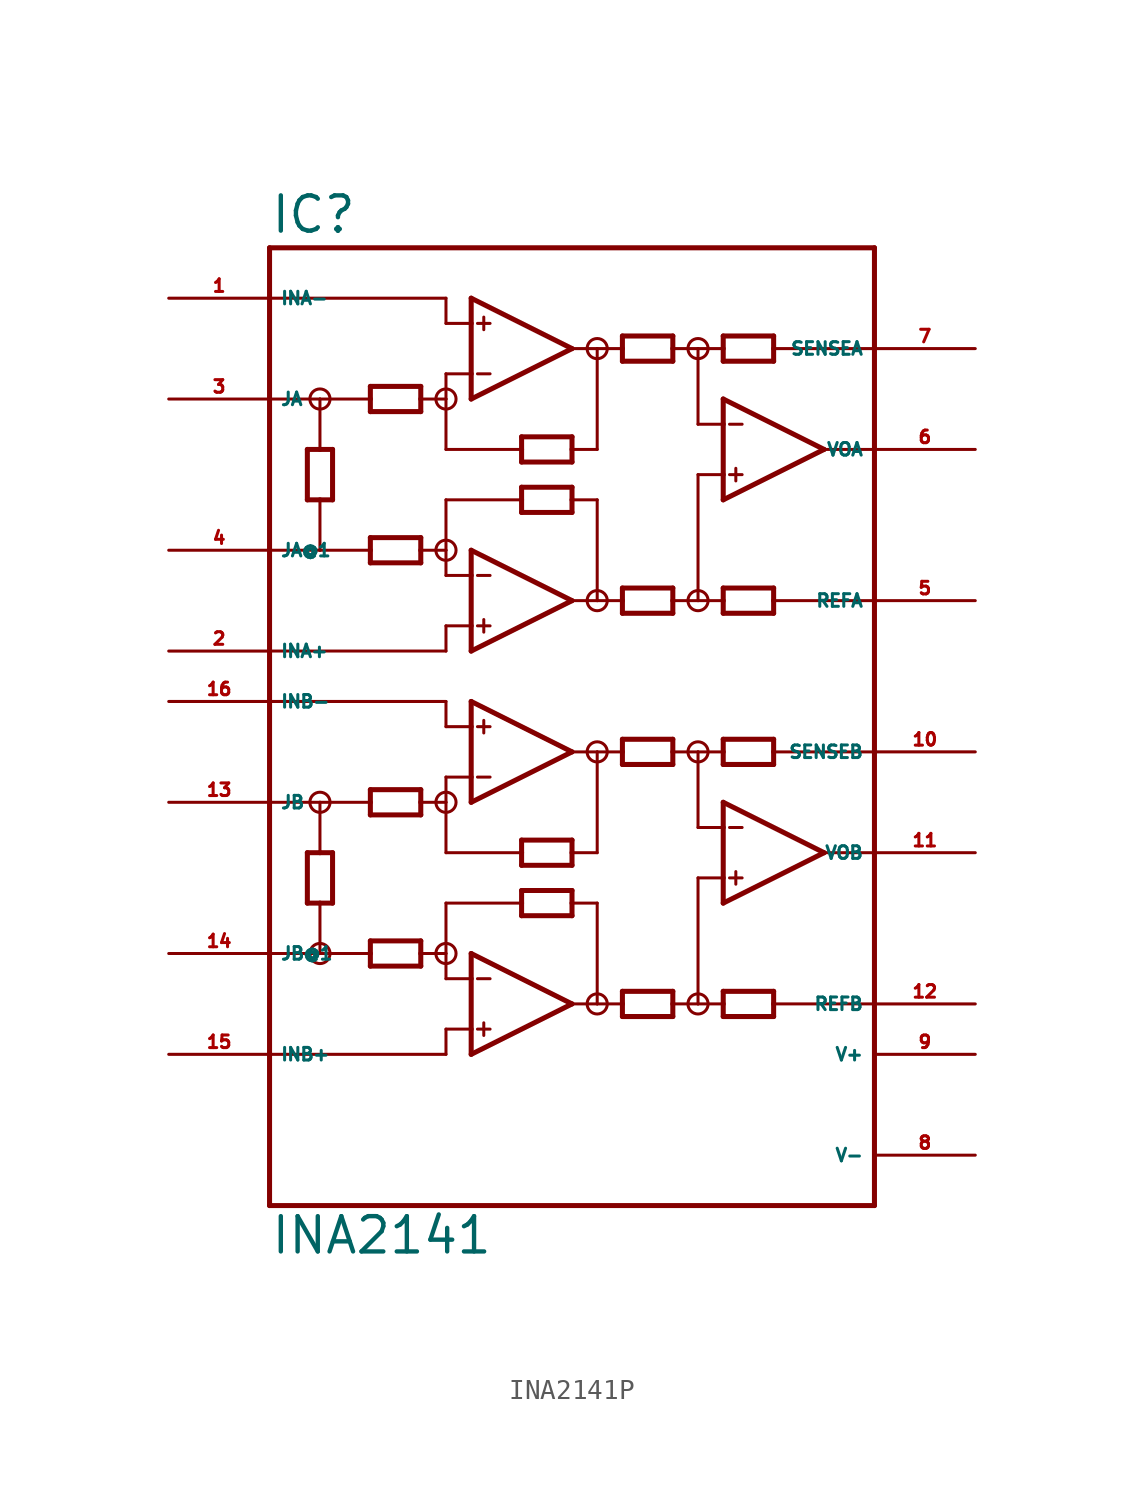
<source format=kicad_sym>
(kicad_symbol_lib
  (version 20220914)
  (generator Eagle2Kicad)
  (symbol "INA2141P"
    (property "Reference" "IC"
      (at -17.78 23.495 0)
      (effects (font (size 1.778 1.778) (thickness 0.22)) (justify left bottom)))
    (property "Value" "INA2141"
      (at -17.78 -27.94 0)
      (effects (font (size 1.778 1.778) (thickness 0.22)) (justify left bottom)))
    (polyline
      (pts (xy -7.62 15.24) (xy -7.62 16.51))
      (stroke (width 0.254) (type default))
      (fill (type none)))
    (polyline
      (pts (xy -7.62 16.51) (xy -7.62 19.05))
      (stroke (width 0.254) (type default))
      (fill (type none)))
    (polyline
      (pts (xy -7.62 19.05) (xy -7.62 20.32))
      (stroke (width 0.254) (type default))
      (fill (type none)))
    (polyline
      (pts (xy -7.62 20.32) (xy -2.54 17.78))
      (stroke (width 0.254) (type default))
      (fill (type none)))
    (polyline
      (pts (xy -2.54 17.78) (xy -7.62 15.24))
      (stroke (width 0.254) (type default))
      (fill (type none)))
    (polyline
      (pts (xy -2.54 12.065) (xy -2.54 12.7))
      (stroke (width 0.254) (type default))
      (fill (type none)))
    (polyline
      (pts (xy -2.54 12.7) (xy -2.54 13.335))
      (stroke (width 0.254) (type default))
      (fill (type none)))
    (polyline
      (pts (xy -2.54 13.335) (xy -5.08 13.335))
      (stroke (width 0.254) (type default))
      (fill (type none)))
    (polyline
      (pts (xy -5.08 13.335) (xy -5.08 12.7))
      (stroke (width 0.254) (type default))
      (fill (type none)))
    (polyline
      (pts (xy -5.08 12.7) (xy -5.08 12.065))
      (stroke (width 0.254) (type default))
      (fill (type none)))
    (polyline
      (pts (xy -5.08 12.065) (xy -2.54 12.065))
      (stroke (width 0.254) (type default))
      (fill (type none)))
    (polyline
      (pts (xy 0 17.145) (xy 0 17.78))
      (stroke (width 0.254) (type default))
      (fill (type none)))
    (polyline
      (pts (xy 0 17.78) (xy 0 18.415))
      (stroke (width 0.254) (type default))
      (fill (type none)))
    (polyline
      (pts (xy 0 18.415) (xy 2.54 18.415))
      (stroke (width 0.254) (type default))
      (fill (type none)))
    (polyline
      (pts (xy 2.54 18.415) (xy 2.54 17.78))
      (stroke (width 0.254) (type default))
      (fill (type none)))
    (polyline
      (pts (xy 2.54 17.78) (xy 2.54 17.145))
      (stroke (width 0.254) (type default))
      (fill (type none)))
    (polyline
      (pts (xy 2.54 17.145) (xy 0 17.145))
      (stroke (width 0.254) (type default))
      (fill (type none)))
    (polyline
      (pts (xy -7.62 19.05) (xy -8.89 19.05))
      (stroke (width 0.152) (type default))
      (fill (type none)))
    (polyline
      (pts (xy 7.62 18.415) (xy 7.62 17.78))
      (stroke (width 0.254) (type default))
      (fill (type none)))
    (polyline
      (pts (xy 7.62 17.78) (xy 7.62 17.145))
      (stroke (width 0.254) (type default))
      (fill (type none)))
    (polyline
      (pts (xy 7.62 17.145) (xy 5.08 17.145))
      (stroke (width 0.254) (type default))
      (fill (type none)))
    (polyline
      (pts (xy 5.08 17.145) (xy 5.08 17.78))
      (stroke (width 0.254) (type default))
      (fill (type none)))
    (polyline
      (pts (xy 5.08 17.78) (xy 5.08 18.415))
      (stroke (width 0.254) (type default))
      (fill (type none)))
    (polyline
      (pts (xy 5.08 18.415) (xy 7.62 18.415))
      (stroke (width 0.254) (type default))
      (fill (type none)))
    (polyline
      (pts (xy 5.08 5.715) (xy 5.08 5.08))
      (stroke (width 0.254) (type default))
      (fill (type none)))
    (polyline
      (pts (xy 5.08 5.08) (xy 5.08 4.445))
      (stroke (width 0.254) (type default))
      (fill (type none)))
    (polyline
      (pts (xy 5.08 4.445) (xy 7.62 4.445))
      (stroke (width 0.254) (type default))
      (fill (type none)))
    (polyline
      (pts (xy 7.62 4.445) (xy 7.62 5.08))
      (stroke (width 0.254) (type default))
      (fill (type none)))
    (polyline
      (pts (xy 7.62 5.08) (xy 7.62 5.715))
      (stroke (width 0.254) (type default))
      (fill (type none)))
    (polyline
      (pts (xy 7.62 5.715) (xy 5.08 5.715))
      (stroke (width 0.254) (type default))
      (fill (type none)))
    (polyline
      (pts (xy -7.62 16.51) (xy -8.89 16.51))
      (stroke (width 0.152) (type default))
      (fill (type none)))
    (polyline
      (pts (xy -7.303 19.05) (xy -6.668 19.05))
      (stroke (width 0.152) (type default))
      (fill (type none)))
    (polyline
      (pts (xy -7.303 16.51) (xy -6.668 16.51))
      (stroke (width 0.152) (type default))
      (fill (type none)))
    (polyline
      (pts (xy -6.985 19.367) (xy -6.985 18.733))
      (stroke (width 0.152) (type default))
      (fill (type none)))
    (polyline
      (pts (xy -7.62 2.54) (xy -7.62 3.81))
      (stroke (width 0.254) (type default))
      (fill (type none)))
    (polyline
      (pts (xy -7.62 3.81) (xy -7.62 6.35))
      (stroke (width 0.254) (type default))
      (fill (type none)))
    (polyline
      (pts (xy -7.62 6.35) (xy -7.62 7.62))
      (stroke (width 0.254) (type default))
      (fill (type none)))
    (polyline
      (pts (xy -7.62 7.62) (xy -2.54 5.08))
      (stroke (width 0.254) (type default))
      (fill (type none)))
    (polyline
      (pts (xy -2.54 5.08) (xy -7.62 2.54))
      (stroke (width 0.254) (type default))
      (fill (type none)))
    (polyline
      (pts (xy 2.54 4.445) (xy 2.54 5.08))
      (stroke (width 0.254) (type default))
      (fill (type none)))
    (polyline
      (pts (xy 2.54 5.08) (xy 2.54 5.715))
      (stroke (width 0.254) (type default))
      (fill (type none)))
    (polyline
      (pts (xy 2.54 5.715) (xy 0 5.715))
      (stroke (width 0.254) (type default))
      (fill (type none)))
    (polyline
      (pts (xy 0 5.715) (xy 0 5.08))
      (stroke (width 0.254) (type default))
      (fill (type none)))
    (polyline
      (pts (xy 0 5.08) (xy 0 4.445))
      (stroke (width 0.254) (type default))
      (fill (type none)))
    (polyline
      (pts (xy 0 4.445) (xy 2.54 4.445))
      (stroke (width 0.254) (type default))
      (fill (type none)))
    (polyline
      (pts (xy -5.08 9.525) (xy -5.08 10.16))
      (stroke (width 0.254) (type default))
      (fill (type none)))
    (polyline
      (pts (xy -5.08 10.16) (xy -5.08 10.795))
      (stroke (width 0.254) (type default))
      (fill (type none)))
    (polyline
      (pts (xy -5.08 10.795) (xy -2.54 10.795))
      (stroke (width 0.254) (type default))
      (fill (type none)))
    (polyline
      (pts (xy -2.54 10.795) (xy -2.54 10.16))
      (stroke (width 0.254) (type default))
      (fill (type none)))
    (polyline
      (pts (xy -2.54 10.16) (xy -2.54 9.525))
      (stroke (width 0.254) (type default))
      (fill (type none)))
    (polyline
      (pts (xy -2.54 9.525) (xy -5.08 9.525))
      (stroke (width 0.254) (type default))
      (fill (type none)))
    (polyline
      (pts (xy -7.62 6.35) (xy -8.89 6.35))
      (stroke (width 0.152) (type default))
      (fill (type none)))
    (polyline
      (pts (xy -7.62 3.81) (xy -8.89 3.81))
      (stroke (width 0.152) (type default))
      (fill (type none)))
    (polyline
      (pts (xy -7.303 6.35) (xy -6.668 6.35))
      (stroke (width 0.152) (type default))
      (fill (type none)))
    (polyline
      (pts (xy -7.303 3.81) (xy -6.668 3.81))
      (stroke (width 0.152) (type default))
      (fill (type none)))
    (polyline
      (pts (xy -6.985 4.128) (xy -6.985 3.493))
      (stroke (width 0.152) (type default))
      (fill (type none)))
    (polyline
      (pts (xy -8.89 19.05) (xy -8.89 20.32))
      (stroke (width 0.152) (type default))
      (fill (type none)))
    (polyline
      (pts (xy -8.89 20.32) (xy -17.78 20.32))
      (stroke (width 0.152) (type default))
      (fill (type none)))
    (polyline
      (pts (xy 5.08 10.16) (xy 5.08 11.43))
      (stroke (width 0.254) (type default))
      (fill (type none)))
    (polyline
      (pts (xy 5.08 11.43) (xy 5.08 13.97))
      (stroke (width 0.254) (type default))
      (fill (type none)))
    (polyline
      (pts (xy 5.08 13.97) (xy 5.08 15.24))
      (stroke (width 0.254) (type default))
      (fill (type none)))
    (polyline
      (pts (xy 5.08 15.24) (xy 10.16 12.7))
      (stroke (width 0.254) (type default))
      (fill (type none)))
    (polyline
      (pts (xy 10.16 12.7) (xy 5.08 10.16))
      (stroke (width 0.254) (type default))
      (fill (type none)))
    (polyline
      (pts (xy 5.08 11.43) (xy 3.81 11.43))
      (stroke (width 0.152) (type default))
      (fill (type none)))
    (polyline
      (pts (xy 5.397 13.97) (xy 6.032 13.97))
      (stroke (width 0.152) (type default))
      (fill (type none)))
    (polyline
      (pts (xy 5.397 11.43) (xy 6.032 11.43))
      (stroke (width 0.152) (type default))
      (fill (type none)))
    (polyline
      (pts (xy 5.715 11.748) (xy 5.715 11.113))
      (stroke (width 0.152) (type default))
      (fill (type none)))
    (polyline
      (pts (xy -2.54 17.78) (xy -1.27 17.78))
      (stroke (width 0.152) (type default))
      (fill (type none)))
    (polyline
      (pts (xy -1.27 17.78) (xy 0 17.78))
      (stroke (width 0.152) (type default))
      (fill (type none)))
    (polyline
      (pts (xy 2.54 17.78) (xy 3.81 17.78))
      (stroke (width 0.152) (type default))
      (fill (type none)))
    (polyline
      (pts (xy 3.81 17.78) (xy 5.08 17.78))
      (stroke (width 0.152) (type default))
      (fill (type none)))
    (polyline
      (pts (xy 10.16 12.7) (xy 12.7 12.7))
      (stroke (width 0.152) (type default))
      (fill (type none)))
    (polyline
      (pts (xy -8.89 16.51) (xy -8.89 15.24))
      (stroke (width 0.152) (type default))
      (fill (type none)))
    (polyline
      (pts (xy -8.89 15.24) (xy -8.89 12.7))
      (stroke (width 0.152) (type default))
      (fill (type none)))
    (polyline
      (pts (xy -8.89 12.7) (xy -5.08 12.7))
      (stroke (width 0.152) (type default))
      (fill (type none)))
    (polyline
      (pts (xy -1.27 17.78) (xy -1.27 12.7))
      (stroke (width 0.152) (type default))
      (fill (type none)))
    (polyline
      (pts (xy -1.27 12.7) (xy -2.54 12.7))
      (stroke (width 0.152) (type default))
      (fill (type none)))
    (polyline
      (pts (xy 3.81 17.78) (xy 3.81 13.97))
      (stroke (width 0.152) (type default))
      (fill (type none)))
    (polyline
      (pts (xy 3.81 13.97) (xy 5.08 13.97))
      (stroke (width 0.152) (type default))
      (fill (type none)))
    (polyline
      (pts (xy -5.08 10.16) (xy -8.89 10.16))
      (stroke (width 0.152) (type default))
      (fill (type none)))
    (polyline
      (pts (xy -8.89 10.16) (xy -8.89 7.62))
      (stroke (width 0.152) (type default))
      (fill (type none)))
    (polyline
      (pts (xy -8.89 7.62) (xy -8.89 6.35))
      (stroke (width 0.152) (type default))
      (fill (type none)))
    (polyline
      (pts (xy -2.54 10.16) (xy -1.27 10.16))
      (stroke (width 0.152) (type default))
      (fill (type none)))
    (polyline
      (pts (xy -1.27 10.16) (xy -1.27 5.08))
      (stroke (width 0.152) (type default))
      (fill (type none)))
    (polyline
      (pts (xy -1.27 5.08) (xy -2.54 5.08))
      (stroke (width 0.152) (type default))
      (fill (type none)))
    (polyline
      (pts (xy -1.27 5.08) (xy 0 5.08))
      (stroke (width 0.152) (type default))
      (fill (type none)))
    (polyline
      (pts (xy 2.54 5.08) (xy 3.81 5.08))
      (stroke (width 0.152) (type default))
      (fill (type none)))
    (polyline
      (pts (xy 3.81 5.08) (xy 5.08 5.08))
      (stroke (width 0.152) (type default))
      (fill (type none)))
    (polyline
      (pts (xy -8.89 3.81) (xy -8.89 2.54))
      (stroke (width 0.152) (type default))
      (fill (type none)))
    (polyline
      (pts (xy -8.89 2.54) (xy -17.78 2.54))
      (stroke (width 0.152) (type default))
      (fill (type none)))
    (polyline
      (pts (xy 3.81 11.43) (xy 3.81 5.08))
      (stroke (width 0.152) (type default))
      (fill (type none)))
    (polyline
      (pts (xy 7.62 5.08) (xy 12.7 5.08))
      (stroke (width 0.152) (type default))
      (fill (type none)))
    (polyline
      (pts (xy -10.16 14.605) (xy -10.16 15.24))
      (stroke (width 0.254) (type default))
      (fill (type none)))
    (polyline
      (pts (xy -10.16 15.24) (xy -10.16 15.875))
      (stroke (width 0.254) (type default))
      (fill (type none)))
    (polyline
      (pts (xy -10.16 15.875) (xy -12.7 15.875))
      (stroke (width 0.254) (type default))
      (fill (type none)))
    (polyline
      (pts (xy -12.7 15.875) (xy -12.7 15.24))
      (stroke (width 0.254) (type default))
      (fill (type none)))
    (polyline
      (pts (xy -12.7 15.24) (xy -12.7 14.605))
      (stroke (width 0.254) (type default))
      (fill (type none)))
    (polyline
      (pts (xy -12.7 14.605) (xy -10.16 14.605))
      (stroke (width 0.254) (type default))
      (fill (type none)))
    (polyline
      (pts (xy -10.16 6.985) (xy -10.16 7.62))
      (stroke (width 0.254) (type default))
      (fill (type none)))
    (polyline
      (pts (xy -10.16 7.62) (xy -10.16 8.255))
      (stroke (width 0.254) (type default))
      (fill (type none)))
    (polyline
      (pts (xy -10.16 8.255) (xy -12.7 8.255))
      (stroke (width 0.254) (type default))
      (fill (type none)))
    (polyline
      (pts (xy -12.7 8.255) (xy -12.7 7.62))
      (stroke (width 0.254) (type default))
      (fill (type none)))
    (polyline
      (pts (xy -12.7 7.62) (xy -12.7 6.985))
      (stroke (width 0.254) (type default))
      (fill (type none)))
    (polyline
      (pts (xy -12.7 6.985) (xy -10.16 6.985))
      (stroke (width 0.254) (type default))
      (fill (type none)))
    (polyline
      (pts (xy -8.89 7.62) (xy -10.16 7.62))
      (stroke (width 0.152) (type default))
      (fill (type none)))
    (polyline
      (pts (xy -14.605 12.7) (xy -15.24 12.7))
      (stroke (width 0.254) (type default))
      (fill (type none)))
    (polyline
      (pts (xy -15.24 12.7) (xy -15.875 12.7))
      (stroke (width 0.254) (type default))
      (fill (type none)))
    (polyline
      (pts (xy -15.875 12.7) (xy -15.875 10.16))
      (stroke (width 0.254) (type default))
      (fill (type none)))
    (polyline
      (pts (xy -15.875 10.16) (xy -15.24 10.16))
      (stroke (width 0.254) (type default))
      (fill (type none)))
    (polyline
      (pts (xy -15.24 10.16) (xy -14.605 10.16))
      (stroke (width 0.254) (type default))
      (fill (type none)))
    (polyline
      (pts (xy -14.605 10.16) (xy -14.605 12.7))
      (stroke (width 0.254) (type default))
      (fill (type none)))
    (polyline
      (pts (xy -15.24 7.62) (xy -15.24 10.16))
      (stroke (width 0.152) (type default))
      (fill (type none)))
    (polyline
      (pts (xy -15.24 15.24) (xy -15.24 12.7))
      (stroke (width 0.152) (type default))
      (fill (type none)))
    (polyline
      (pts (xy -17.78 15.24) (xy -15.24 15.24))
      (stroke (width 0.152) (type default))
      (fill (type none)))
    (polyline
      (pts (xy -15.24 15.24) (xy -12.7 15.24))
      (stroke (width 0.152) (type default))
      (fill (type none)))
    (polyline
      (pts (xy -17.78 7.62) (xy -15.24 7.62))
      (stroke (width 0.152) (type default))
      (fill (type none)))
    (polyline
      (pts (xy -15.24 7.62) (xy -12.7 7.62))
      (stroke (width 0.152) (type default))
      (fill (type none)))
    (polyline
      (pts (xy -10.16 15.24) (xy -8.89 15.24))
      (stroke (width 0.152) (type default))
      (fill (type none)))
    (polyline
      (pts (xy -7.62 -5.08) (xy -7.62 -3.81))
      (stroke (width 0.254) (type default))
      (fill (type none)))
    (polyline
      (pts (xy -7.62 -3.81) (xy -7.62 -1.27))
      (stroke (width 0.254) (type default))
      (fill (type none)))
    (polyline
      (pts (xy -7.62 -1.27) (xy -7.62 0))
      (stroke (width 0.254) (type default))
      (fill (type none)))
    (polyline
      (pts (xy -7.62 0) (xy -2.54 -2.54))
      (stroke (width 0.254) (type default))
      (fill (type none)))
    (polyline
      (pts (xy -2.54 -2.54) (xy -7.62 -5.08))
      (stroke (width 0.254) (type default))
      (fill (type none)))
    (polyline
      (pts (xy -2.54 -8.255) (xy -2.54 -7.62))
      (stroke (width 0.254) (type default))
      (fill (type none)))
    (polyline
      (pts (xy -2.54 -7.62) (xy -2.54 -6.985))
      (stroke (width 0.254) (type default))
      (fill (type none)))
    (polyline
      (pts (xy -2.54 -6.985) (xy -5.08 -6.985))
      (stroke (width 0.254) (type default))
      (fill (type none)))
    (polyline
      (pts (xy -5.08 -6.985) (xy -5.08 -7.62))
      (stroke (width 0.254) (type default))
      (fill (type none)))
    (polyline
      (pts (xy -5.08 -7.62) (xy -5.08 -8.255))
      (stroke (width 0.254) (type default))
      (fill (type none)))
    (polyline
      (pts (xy -5.08 -8.255) (xy -2.54 -8.255))
      (stroke (width 0.254) (type default))
      (fill (type none)))
    (polyline
      (pts (xy 0 -3.175) (xy 0 -2.54))
      (stroke (width 0.254) (type default))
      (fill (type none)))
    (polyline
      (pts (xy 0 -2.54) (xy 0 -1.905))
      (stroke (width 0.254) (type default))
      (fill (type none)))
    (polyline
      (pts (xy 0 -1.905) (xy 2.54 -1.905))
      (stroke (width 0.254) (type default))
      (fill (type none)))
    (polyline
      (pts (xy 2.54 -1.905) (xy 2.54 -2.54))
      (stroke (width 0.254) (type default))
      (fill (type none)))
    (polyline
      (pts (xy 2.54 -2.54) (xy 2.54 -3.175))
      (stroke (width 0.254) (type default))
      (fill (type none)))
    (polyline
      (pts (xy 2.54 -3.175) (xy 0 -3.175))
      (stroke (width 0.254) (type default))
      (fill (type none)))
    (polyline
      (pts (xy -7.62 -1.27) (xy -8.89 -1.27))
      (stroke (width 0.152) (type default))
      (fill (type none)))
    (polyline
      (pts (xy 7.62 -1.905) (xy 7.62 -2.54))
      (stroke (width 0.254) (type default))
      (fill (type none)))
    (polyline
      (pts (xy 7.62 -2.54) (xy 7.62 -3.175))
      (stroke (width 0.254) (type default))
      (fill (type none)))
    (polyline
      (pts (xy 7.62 -3.175) (xy 5.08 -3.175))
      (stroke (width 0.254) (type default))
      (fill (type none)))
    (polyline
      (pts (xy 5.08 -3.175) (xy 5.08 -2.54))
      (stroke (width 0.254) (type default))
      (fill (type none)))
    (polyline
      (pts (xy 5.08 -2.54) (xy 5.08 -1.905))
      (stroke (width 0.254) (type default))
      (fill (type none)))
    (polyline
      (pts (xy 5.08 -1.905) (xy 7.62 -1.905))
      (stroke (width 0.254) (type default))
      (fill (type none)))
    (polyline
      (pts (xy 5.08 -14.605) (xy 5.08 -15.24))
      (stroke (width 0.254) (type default))
      (fill (type none)))
    (polyline
      (pts (xy 5.08 -15.24) (xy 5.08 -15.875))
      (stroke (width 0.254) (type default))
      (fill (type none)))
    (polyline
      (pts (xy 5.08 -15.875) (xy 7.62 -15.875))
      (stroke (width 0.254) (type default))
      (fill (type none)))
    (polyline
      (pts (xy 7.62 -15.875) (xy 7.62 -15.24))
      (stroke (width 0.254) (type default))
      (fill (type none)))
    (polyline
      (pts (xy 7.62 -15.24) (xy 7.62 -14.605))
      (stroke (width 0.254) (type default))
      (fill (type none)))
    (polyline
      (pts (xy 7.62 -14.605) (xy 5.08 -14.605))
      (stroke (width 0.254) (type default))
      (fill (type none)))
    (polyline
      (pts (xy -7.62 -3.81) (xy -8.89 -3.81))
      (stroke (width 0.152) (type default))
      (fill (type none)))
    (polyline
      (pts (xy -7.303 -1.27) (xy -6.668 -1.27))
      (stroke (width 0.152) (type default))
      (fill (type none)))
    (polyline
      (pts (xy -7.303 -3.81) (xy -6.668 -3.81))
      (stroke (width 0.152) (type default))
      (fill (type none)))
    (polyline
      (pts (xy -6.985 -0.953) (xy -6.985 -1.587))
      (stroke (width 0.152) (type default))
      (fill (type none)))
    (polyline
      (pts (xy -7.62 -17.78) (xy -7.62 -16.51))
      (stroke (width 0.254) (type default))
      (fill (type none)))
    (polyline
      (pts (xy -7.62 -16.51) (xy -7.62 -13.97))
      (stroke (width 0.254) (type default))
      (fill (type none)))
    (polyline
      (pts (xy -7.62 -13.97) (xy -7.62 -12.7))
      (stroke (width 0.254) (type default))
      (fill (type none)))
    (polyline
      (pts (xy -7.62 -12.7) (xy -2.54 -15.24))
      (stroke (width 0.254) (type default))
      (fill (type none)))
    (polyline
      (pts (xy -2.54 -15.24) (xy -7.62 -17.78))
      (stroke (width 0.254) (type default))
      (fill (type none)))
    (polyline
      (pts (xy 2.54 -15.875) (xy 2.54 -15.24))
      (stroke (width 0.254) (type default))
      (fill (type none)))
    (polyline
      (pts (xy 2.54 -15.24) (xy 2.54 -14.605))
      (stroke (width 0.254) (type default))
      (fill (type none)))
    (polyline
      (pts (xy 2.54 -14.605) (xy 0 -14.605))
      (stroke (width 0.254) (type default))
      (fill (type none)))
    (polyline
      (pts (xy 0 -14.605) (xy 0 -15.24))
      (stroke (width 0.254) (type default))
      (fill (type none)))
    (polyline
      (pts (xy 0 -15.24) (xy 0 -15.875))
      (stroke (width 0.254) (type default))
      (fill (type none)))
    (polyline
      (pts (xy 0 -15.875) (xy 2.54 -15.875))
      (stroke (width 0.254) (type default))
      (fill (type none)))
    (polyline
      (pts (xy -5.08 -10.795) (xy -5.08 -10.16))
      (stroke (width 0.254) (type default))
      (fill (type none)))
    (polyline
      (pts (xy -5.08 -10.16) (xy -5.08 -9.525))
      (stroke (width 0.254) (type default))
      (fill (type none)))
    (polyline
      (pts (xy -5.08 -9.525) (xy -2.54 -9.525))
      (stroke (width 0.254) (type default))
      (fill (type none)))
    (polyline
      (pts (xy -2.54 -9.525) (xy -2.54 -10.16))
      (stroke (width 0.254) (type default))
      (fill (type none)))
    (polyline
      (pts (xy -2.54 -10.16) (xy -2.54 -10.795))
      (stroke (width 0.254) (type default))
      (fill (type none)))
    (polyline
      (pts (xy -2.54 -10.795) (xy -5.08 -10.795))
      (stroke (width 0.254) (type default))
      (fill (type none)))
    (polyline
      (pts (xy -7.62 -13.97) (xy -8.89 -13.97))
      (stroke (width 0.152) (type default))
      (fill (type none)))
    (polyline
      (pts (xy -7.62 -16.51) (xy -8.89 -16.51))
      (stroke (width 0.152) (type default))
      (fill (type none)))
    (polyline
      (pts (xy -7.303 -13.97) (xy -6.668 -13.97))
      (stroke (width 0.152) (type default))
      (fill (type none)))
    (polyline
      (pts (xy -7.303 -16.51) (xy -6.668 -16.51))
      (stroke (width 0.152) (type default))
      (fill (type none)))
    (polyline
      (pts (xy -6.985 -16.192) (xy -6.985 -16.828))
      (stroke (width 0.152) (type default))
      (fill (type none)))
    (polyline
      (pts (xy -8.89 -1.27) (xy -8.89 0))
      (stroke (width 0.152) (type default))
      (fill (type none)))
    (polyline
      (pts (xy -8.89 0) (xy -17.78 0))
      (stroke (width 0.152) (type default))
      (fill (type none)))
    (polyline
      (pts (xy 5.08 -10.16) (xy 5.08 -8.89))
      (stroke (width 0.254) (type default))
      (fill (type none)))
    (polyline
      (pts (xy 5.08 -8.89) (xy 5.08 -6.35))
      (stroke (width 0.254) (type default))
      (fill (type none)))
    (polyline
      (pts (xy 5.08 -6.35) (xy 5.08 -5.08))
      (stroke (width 0.254) (type default))
      (fill (type none)))
    (polyline
      (pts (xy 5.08 -5.08) (xy 10.16 -7.62))
      (stroke (width 0.254) (type default))
      (fill (type none)))
    (polyline
      (pts (xy 10.16 -7.62) (xy 5.08 -10.16))
      (stroke (width 0.254) (type default))
      (fill (type none)))
    (polyline
      (pts (xy 5.08 -8.89) (xy 3.81 -8.89))
      (stroke (width 0.152) (type default))
      (fill (type none)))
    (polyline
      (pts (xy 5.397 -6.35) (xy 6.032 -6.35))
      (stroke (width 0.152) (type default))
      (fill (type none)))
    (polyline
      (pts (xy 5.397 -8.89) (xy 6.032 -8.89))
      (stroke (width 0.152) (type default))
      (fill (type none)))
    (polyline
      (pts (xy 5.715 -8.572) (xy 5.715 -9.207))
      (stroke (width 0.152) (type default))
      (fill (type none)))
    (polyline
      (pts (xy -2.54 -2.54) (xy -1.27 -2.54))
      (stroke (width 0.152) (type default))
      (fill (type none)))
    (polyline
      (pts (xy -1.27 -2.54) (xy 0 -2.54))
      (stroke (width 0.152) (type default))
      (fill (type none)))
    (polyline
      (pts (xy 2.54 -2.54) (xy 3.81 -2.54))
      (stroke (width 0.152) (type default))
      (fill (type none)))
    (polyline
      (pts (xy 3.81 -2.54) (xy 5.08 -2.54))
      (stroke (width 0.152) (type default))
      (fill (type none)))
    (polyline
      (pts (xy 10.16 -7.62) (xy 12.7 -7.62))
      (stroke (width 0.152) (type default))
      (fill (type none)))
    (polyline
      (pts (xy -8.89 -3.81) (xy -8.89 -5.08))
      (stroke (width 0.152) (type default))
      (fill (type none)))
    (polyline
      (pts (xy -8.89 -5.08) (xy -8.89 -7.62))
      (stroke (width 0.152) (type default))
      (fill (type none)))
    (polyline
      (pts (xy -8.89 -7.62) (xy -5.08 -7.62))
      (stroke (width 0.152) (type default))
      (fill (type none)))
    (polyline
      (pts (xy -1.27 -2.54) (xy -1.27 -7.62))
      (stroke (width 0.152) (type default))
      (fill (type none)))
    (polyline
      (pts (xy -1.27 -7.62) (xy -2.54 -7.62))
      (stroke (width 0.152) (type default))
      (fill (type none)))
    (polyline
      (pts (xy 3.81 -2.54) (xy 3.81 -6.35))
      (stroke (width 0.152) (type default))
      (fill (type none)))
    (polyline
      (pts (xy 3.81 -6.35) (xy 5.08 -6.35))
      (stroke (width 0.152) (type default))
      (fill (type none)))
    (polyline
      (pts (xy -5.08 -10.16) (xy -8.89 -10.16))
      (stroke (width 0.152) (type default))
      (fill (type none)))
    (polyline
      (pts (xy -8.89 -10.16) (xy -8.89 -12.7))
      (stroke (width 0.152) (type default))
      (fill (type none)))
    (polyline
      (pts (xy -8.89 -12.7) (xy -8.89 -13.97))
      (stroke (width 0.152) (type default))
      (fill (type none)))
    (polyline
      (pts (xy -2.54 -10.16) (xy -1.27 -10.16))
      (stroke (width 0.152) (type default))
      (fill (type none)))
    (polyline
      (pts (xy -1.27 -10.16) (xy -1.27 -15.24))
      (stroke (width 0.152) (type default))
      (fill (type none)))
    (polyline
      (pts (xy -1.27 -15.24) (xy -2.54 -15.24))
      (stroke (width 0.152) (type default))
      (fill (type none)))
    (polyline
      (pts (xy -1.27 -15.24) (xy 0 -15.24))
      (stroke (width 0.152) (type default))
      (fill (type none)))
    (polyline
      (pts (xy 2.54 -15.24) (xy 3.81 -15.24))
      (stroke (width 0.152) (type default))
      (fill (type none)))
    (polyline
      (pts (xy 3.81 -15.24) (xy 5.08 -15.24))
      (stroke (width 0.152) (type default))
      (fill (type none)))
    (polyline
      (pts (xy -8.89 -16.51) (xy -8.89 -17.78))
      (stroke (width 0.152) (type default))
      (fill (type none)))
    (polyline
      (pts (xy -8.89 -17.78) (xy -17.78 -17.78))
      (stroke (width 0.152) (type default))
      (fill (type none)))
    (polyline
      (pts (xy 3.81 -8.89) (xy 3.81 -15.24))
      (stroke (width 0.152) (type default))
      (fill (type none)))
    (polyline
      (pts (xy 7.62 -15.24) (xy 12.7 -15.24))
      (stroke (width 0.152) (type default))
      (fill (type none)))
    (polyline
      (pts (xy -10.16 -5.715) (xy -10.16 -5.08))
      (stroke (width 0.254) (type default))
      (fill (type none)))
    (polyline
      (pts (xy -10.16 -5.08) (xy -10.16 -4.445))
      (stroke (width 0.254) (type default))
      (fill (type none)))
    (polyline
      (pts (xy -10.16 -4.445) (xy -12.7 -4.445))
      (stroke (width 0.254) (type default))
      (fill (type none)))
    (polyline
      (pts (xy -12.7 -4.445) (xy -12.7 -5.08))
      (stroke (width 0.254) (type default))
      (fill (type none)))
    (polyline
      (pts (xy -12.7 -5.08) (xy -12.7 -5.715))
      (stroke (width 0.254) (type default))
      (fill (type none)))
    (polyline
      (pts (xy -12.7 -5.715) (xy -10.16 -5.715))
      (stroke (width 0.254) (type default))
      (fill (type none)))
    (polyline
      (pts (xy -10.16 -13.335) (xy -10.16 -12.7))
      (stroke (width 0.254) (type default))
      (fill (type none)))
    (polyline
      (pts (xy -10.16 -12.7) (xy -10.16 -12.065))
      (stroke (width 0.254) (type default))
      (fill (type none)))
    (polyline
      (pts (xy -10.16 -12.065) (xy -12.7 -12.065))
      (stroke (width 0.254) (type default))
      (fill (type none)))
    (polyline
      (pts (xy -12.7 -12.065) (xy -12.7 -12.7))
      (stroke (width 0.254) (type default))
      (fill (type none)))
    (polyline
      (pts (xy -12.7 -12.7) (xy -12.7 -13.335))
      (stroke (width 0.254) (type default))
      (fill (type none)))
    (polyline
      (pts (xy -12.7 -13.335) (xy -10.16 -13.335))
      (stroke (width 0.254) (type default))
      (fill (type none)))
    (polyline
      (pts (xy -8.89 -12.7) (xy -10.16 -12.7))
      (stroke (width 0.152) (type default))
      (fill (type none)))
    (polyline
      (pts (xy -14.605 -7.62) (xy -15.24 -7.62))
      (stroke (width 0.254) (type default))
      (fill (type none)))
    (polyline
      (pts (xy -15.24 -7.62) (xy -15.875 -7.62))
      (stroke (width 0.254) (type default))
      (fill (type none)))
    (polyline
      (pts (xy -15.875 -7.62) (xy -15.875 -10.16))
      (stroke (width 0.254) (type default))
      (fill (type none)))
    (polyline
      (pts (xy -15.875 -10.16) (xy -15.24 -10.16))
      (stroke (width 0.254) (type default))
      (fill (type none)))
    (polyline
      (pts (xy -15.24 -10.16) (xy -14.605 -10.16))
      (stroke (width 0.254) (type default))
      (fill (type none)))
    (polyline
      (pts (xy -14.605 -10.16) (xy -14.605 -7.62))
      (stroke (width 0.254) (type default))
      (fill (type none)))
    (polyline
      (pts (xy -15.24 -12.7) (xy -15.24 -10.16))
      (stroke (width 0.152) (type default))
      (fill (type none)))
    (polyline
      (pts (xy -15.24 -5.08) (xy -15.24 -7.62))
      (stroke (width 0.152) (type default))
      (fill (type none)))
    (polyline
      (pts (xy -17.78 -5.08) (xy -15.24 -5.08))
      (stroke (width 0.152) (type default))
      (fill (type none)))
    (polyline
      (pts (xy -15.24 -5.08) (xy -12.7 -5.08))
      (stroke (width 0.152) (type default))
      (fill (type none)))
    (polyline
      (pts (xy -17.78 -12.7) (xy -15.24 -12.7))
      (stroke (width 0.152) (type default))
      (fill (type none)))
    (polyline
      (pts (xy -15.24 -12.7) (xy -12.7 -12.7))
      (stroke (width 0.152) (type default))
      (fill (type none)))
    (polyline
      (pts (xy -10.16 -5.08) (xy -8.89 -5.08))
      (stroke (width 0.152) (type default))
      (fill (type none)))
    (polyline
      (pts (xy -17.78 -25.4) (xy -17.78 22.86))
      (stroke (width 0.254) (type default))
      (fill (type none)))
    (polyline
      (pts (xy -17.78 22.86) (xy 12.7 22.86))
      (stroke (width 0.254) (type default))
      (fill (type none)))
    (polyline
      (pts (xy 12.7 22.86) (xy 12.7 17.78))
      (stroke (width 0.254) (type default))
      (fill (type none)))
    (polyline
      (pts (xy 12.7 17.78) (xy 12.7 -2.54))
      (stroke (width 0.254) (type default))
      (fill (type none)))
    (polyline
      (pts (xy 12.7 -2.54) (xy 12.7 -25.4))
      (stroke (width 0.254) (type default))
      (fill (type none)))
    (polyline
      (pts (xy 12.7 -25.4) (xy -17.78 -25.4))
      (stroke (width 0.254) (type default))
      (fill (type none)))
    (polyline
      (pts (xy 12.7 17.78) (xy 7.62 17.78))
      (stroke (width 0.152) (type default))
      (fill (type none)))
    (polyline
      (pts (xy 12.7 -2.54) (xy 7.62 -2.54))
      (stroke (width 0.152) (type default))
      (fill (type none)))
    (circle
      (center -15.24 -5.08)
      (radius 0.508)
      (stroke (width 0) (type default))
      (fill (type none)))
    (circle
      (center -8.89 -5.08)
      (radius 0.508)
      (stroke (width 0) (type default))
      (fill (type none)))
    (circle
      (center -15.24 -12.7)
      (radius 0.508)
      (stroke (width 0) (type default))
      (fill (type none)))
    (circle
      (center -8.89 -12.7)
      (radius 0.508)
      (stroke (width 0) (type default))
      (fill (type none)))
    (circle
      (center -15.24 15.24)
      (radius 0.508)
      (stroke (width 0) (type default))
      (fill (type none)))
    (circle
      (center -8.89 15.24)
      (radius 0.508)
      (stroke (width 0) (type default))
      (fill (type none)))
    (circle
      (center -8.89 7.62)
      (radius 0.508)
      (stroke (width 0) (type default))
      (fill (type none)))
    (circle
      (center -1.27 17.78)
      (radius 0.508)
      (stroke (width 0) (type default))
      (fill (type none)))
    (circle
      (center 3.81 17.78)
      (radius 0.508)
      (stroke (width 0) (type default))
      (fill (type none)))
    (circle
      (center -1.27 5.08)
      (radius 0.508)
      (stroke (width 0) (type default))
      (fill (type none)))
    (circle
      (center 3.81 5.08)
      (radius 0.508)
      (stroke (width 0) (type default))
      (fill (type none)))
    (circle
      (center -1.27 -2.54)
      (radius 0.508)
      (stroke (width 0) (type default))
      (fill (type none)))
    (circle
      (center 3.81 -2.54)
      (radius 0.508)
      (stroke (width 0) (type default))
      (fill (type none)))
    (circle
      (center -1.27 -15.24)
      (radius 0.508)
      (stroke (width 0) (type default))
      (fill (type none)))
    (circle
      (center 3.81 -15.24)
      (radius 0.508)
      (stroke (width 0) (type default))
      (fill (type none)))
    (pin input line
      (at -22.86 20.32 0)
      (length 5.08)
      (name "INA-" (effects (font (size 0.635 0.635) (thickness 0.08)) (justify left bottom)))
      (number "1" (effects (font (size 0.635 0.635) (thickness 0.08)) (justify left bottom))))
    (pin input line
      (at -22.86 2.54 0)
      (length 5.08)
      (name "INA+" (effects (font (size 0.635 0.635) (thickness 0.08)) (justify left bottom)))
      (number "2" (effects (font (size 0.635 0.635) (thickness 0.08)) (justify left bottom))))
    (pin input line
      (at -22.86 0 0)
      (length 5.08)
      (name "INB-" (effects (font (size 0.635 0.635) (thickness 0.08)) (justify left bottom)))
      (number "16" (effects (font (size 0.635 0.635) (thickness 0.08)) (justify left bottom))))
    (pin input line
      (at -22.86 -17.78 0)
      (length 5.08)
      (name "INB+" (effects (font (size 0.635 0.635) (thickness 0.08)) (justify left bottom)))
      (number "15" (effects (font (size 0.635 0.635) (thickness 0.08)) (justify left bottom))))
    (pin unspecified line
      (at 17.78 -17.78 180)
      (length 5.08)
      (name "V+" (effects (font (size 0.635 0.635) (thickness 0.08)) (justify left bottom)))
      (number "9" (effects (font (size 0.635 0.635) (thickness 0.08)) (justify left bottom))))
    (pin unspecified line
      (at 17.78 -22.86 180)
      (length 5.08)
      (name "V-" (effects (font (size 0.635 0.635) (thickness 0.08)) (justify left bottom)))
      (number "8" (effects (font (size 0.635 0.635) (thickness 0.08)) (justify left bottom))))
    (pin passive line
      (at -22.86 15.24 0)
      (length 5.08)
      (name "JA" (effects (font (size 0.635 0.635) (thickness 0.08)) (justify left bottom)))
      (number "3" (effects (font (size 0.635 0.635) (thickness 0.08)) (justify left bottom))))
    (pin passive line
      (at -22.86 7.62 0)
      (length 5.08)
      (name "JA@1" (effects (font (size 0.635 0.635) (thickness 0.08)) (justify left bottom)))
      (number "4" (effects (font (size 0.635 0.635) (thickness 0.08)) (justify left bottom))))
    (pin passive line
      (at -22.86 -5.08 0)
      (length 5.08)
      (name "JB" (effects (font (size 0.635 0.635) (thickness 0.08)) (justify left bottom)))
      (number "13" (effects (font (size 0.635 0.635) (thickness 0.08)) (justify left bottom))))
    (pin passive line
      (at -22.86 -12.7 0)
      (length 5.08)
      (name "JB@1" (effects (font (size 0.635 0.635) (thickness 0.08)) (justify left bottom)))
      (number "14" (effects (font (size 0.635 0.635) (thickness 0.08)) (justify left bottom))))
    (pin output line
      (at 17.78 12.7 180)
      (length 5.08)
      (name "VOA" (effects (font (size 0.635 0.635) (thickness 0.08)) (justify left bottom)))
      (number "6" (effects (font (size 0.635 0.635) (thickness 0.08)) (justify left bottom))))
    (pin output line
      (at 17.78 -7.62 180)
      (length 5.08)
      (name "VOB" (effects (font (size 0.635 0.635) (thickness 0.08)) (justify left bottom)))
      (number "11" (effects (font (size 0.635 0.635) (thickness 0.08)) (justify left bottom))))
    (pin input line
      (at 17.78 5.08 180)
      (length 5.08)
      (name "REFA" (effects (font (size 0.635 0.635) (thickness 0.08)) (justify left bottom)))
      (number "5" (effects (font (size 0.635 0.635) (thickness 0.08)) (justify left bottom))))
    (pin input line
      (at 17.78 -15.24 180)
      (length 5.08)
      (name "REFB" (effects (font (size 0.635 0.635) (thickness 0.08)) (justify left bottom)))
      (number "12" (effects (font (size 0.635 0.635) (thickness 0.08)) (justify left bottom))))
    (pin input line
      (at 17.78 17.78 180)
      (length 5.08)
      (name "SENSEA" (effects (font (size 0.635 0.635) (thickness 0.08)) (justify left bottom)))
      (number "7" (effects (font (size 0.635 0.635) (thickness 0.08)) (justify left bottom))))
    (pin input line
      (at 17.78 -2.54 180)
      (length 5.08)
      (name "SENSEB" (effects (font (size 0.635 0.635) (thickness 0.08)) (justify left bottom)))
      (number "10" (effects (font (size 0.635 0.635) (thickness 0.08)) (justify left bottom))))))
</source>
